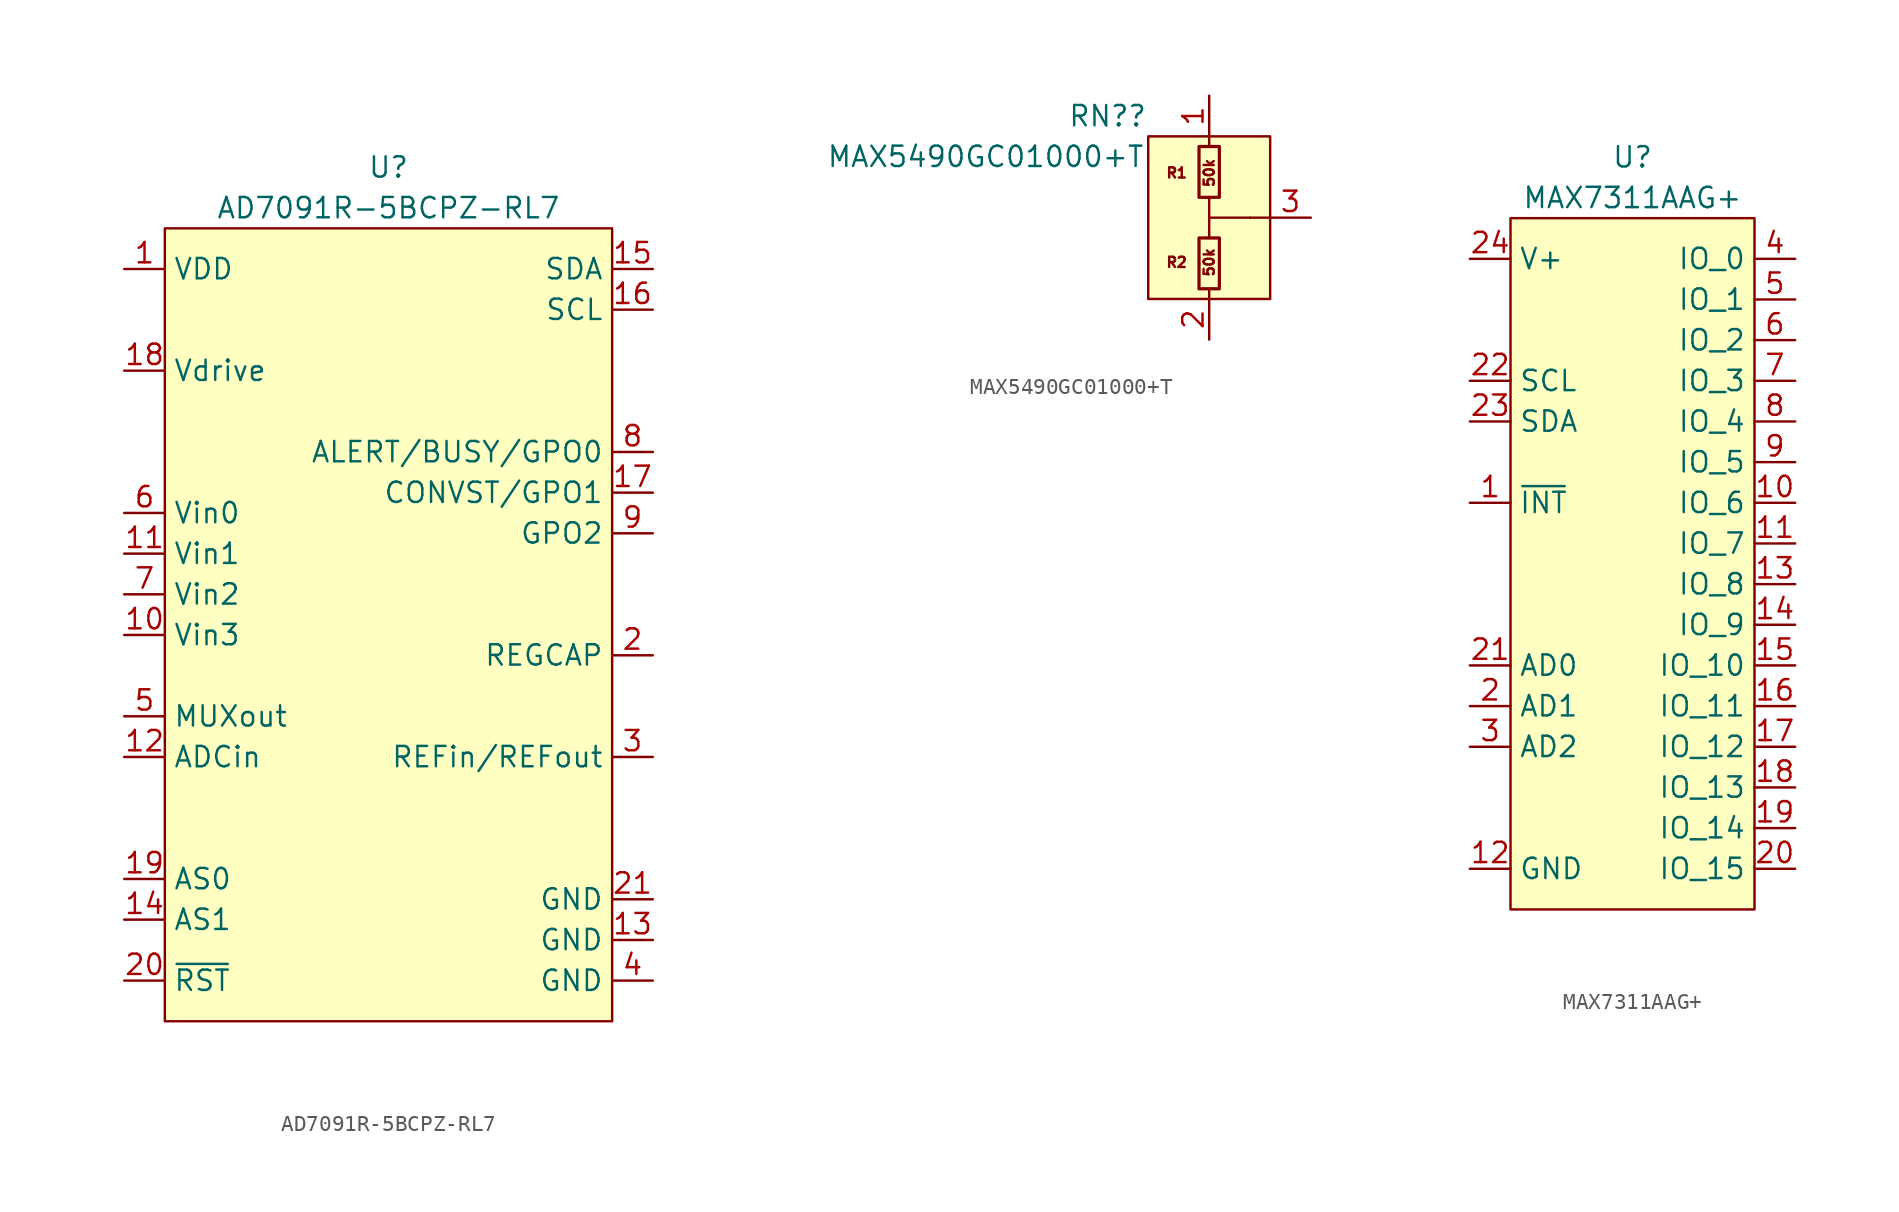
<source format=kicad_sym>
(kicad_symbol_lib
  (version 20211014)
  (generator kicad_symbol_editor)
  (symbol "AD7091R-5BCPZ-RL7"
    (property "Reference" "U"
      (at 0 3.81 0)
      (effects (font (size 1.27 1.27))))
    (property "Value" "AD7091R-5BCPZ-RL7"
      (at 0 1.27 0)
      (effects (font (size 1.27 1.27))))
    (symbol "AD7091R-5BCPZ-RL7_0_0"
      (pin unspecified line (at -16.51 -2.54 0) (length 2.54) (name "VDD" (effects (font (size 1.27 1.27)))) (number "1" (effects (font (size 1.27 1.27)))))
      (pin unspecified line (at -16.51 -25.4 0) (length 2.54) (name "Vin3" (effects (font (size 1.27 1.27)))) (number "10" (effects (font (size 1.27 1.27)))))
      (pin unspecified line (at -16.51 -20.32 0) (length 2.54) (name "Vin1" (effects (font (size 1.27 1.27)))) (number "11" (effects (font (size 1.27 1.27)))))
      (pin unspecified line (at -16.51 -33.02 0) (length 2.54) (name "ADCin" (effects (font (size 1.27 1.27)))) (number "12" (effects (font (size 1.27 1.27)))))
      (pin unspecified line (at 16.51 -44.45 180) (length 2.54) (name "GND" (effects (font (size 1.27 1.27)))) (number "13" (effects (font (size 1.27 1.27)))))
      (pin unspecified line (at -16.51 -43.18 0) (length 2.54) (name "AS1" (effects (font (size 1.27 1.27)))) (number "14" (effects (font (size 1.27 1.27)))))
      (pin unspecified line (at 16.51 -2.54 180) (length 2.54) (name "SDA" (effects (font (size 1.27 1.27)))) (number "15" (effects (font (size 1.27 1.27)))))
      (pin unspecified line (at 16.51 -5.08 180) (length 2.54) (name "SCL" (effects (font (size 1.27 1.27)))) (number "16" (effects (font (size 1.27 1.27)))))
      (pin unspecified line (at 16.51 -16.51 180) (length 2.54) (name "CONVST/GPO1" (effects (font (size 1.27 1.27)))) (number "17" (effects (font (size 1.27 1.27)))))
      (pin unspecified line (at -16.51 -8.89 0) (length 2.54) (name "Vdrive" (effects (font (size 1.27 1.27)))) (number "18" (effects (font (size 1.27 1.27)))))
      (pin unspecified line (at -16.51 -40.64 0) (length 2.54) (name "AS0" (effects (font (size 1.27 1.27)))) (number "19" (effects (font (size 1.27 1.27)))))
      (pin unspecified line (at 16.51 -26.67 180) (length 2.54) (name "REGCAP" (effects (font (size 1.27 1.27)))) (number "2" (effects (font (size 1.27 1.27)))))
      (pin unspecified line (at -16.51 -46.99 0) (length 2.54) (name "~{RST}" (effects (font (size 1.27 1.27)))) (number "20" (effects (font (size 1.27 1.27)))))
      (pin unspecified line (at 16.51 -41.91 180) (length 2.54) (name "GND" (effects (font (size 1.27 1.27)))) (number "21" (effects (font (size 1.27 1.27)))))
      (pin unspecified line (at 16.51 -33.02 180) (length 2.54) (name "REFin/REFout" (effects (font (size 1.27 1.27)))) (number "3" (effects (font (size 1.27 1.27)))))
      (pin unspecified line (at 16.51 -46.99 180) (length 2.54) (name "GND" (effects (font (size 1.27 1.27)))) (number "4" (effects (font (size 1.27 1.27)))))
      (pin unspecified line (at -16.51 -30.48 0) (length 2.54) (name "MUXout" (effects (font (size 1.27 1.27)))) (number "5" (effects (font (size 1.27 1.27)))))
      (pin unspecified line (at -16.51 -17.78 0) (length 2.54) (name "Vin0" (effects (font (size 1.27 1.27)))) (number "6" (effects (font (size 1.27 1.27)))))
      (pin unspecified line (at -16.51 -22.86 0) (length 2.54) (name "Vin2" (effects (font (size 1.27 1.27)))) (number "7" (effects (font (size 1.27 1.27)))))
      (pin unspecified line (at 16.51 -13.97 180) (length 2.54) (name "ALERT/BUSY/GPO0" (effects (font (size 1.27 1.27)))) (number "8" (effects (font (size 1.27 1.27)))))
      (pin unspecified line (at 16.51 -19.05 180) (length 2.54) (name "GPO2" (effects (font (size 1.27 1.27)))) (number "9" (effects (font (size 1.27 1.27))))))
    (symbol "AD7091R-5BCPZ-RL7_0_1"
      (rectangle (start -13.97 0) (end 13.97 -49.53) (stroke (width 0) (type default) (color 0 0 0 0)) (fill (type background)))))
  (symbol "MAX5490GC01000+T"
    (property "Reference" "RN?"
      (at -6.35 -1.27 0)
      (effects (font (size 1.27 1.27))))
    (property "Value" "MAX5490GC01000+T"
      (at -13.97 -3.81 0)
      (effects (font (size 1.27 1.27))))
    (symbol "MAX5490GC01000+T_0_0"
      (text "50k" (at 0 -10.414 900) (effects (font (size 0.635 0.635))))
      (text "50k" (at 0 -4.826 900) (effects (font (size 0.635 0.635))))
      (text "R1" (at -2.032 -4.826 0) (effects (font (size 0.635 0.635))))
      (text "R2" (at -2.032 -10.414 0) (effects (font (size 0.635 0.635)))))
    (symbol "MAX5490GC01000+T_0_1"
      (rectangle (start -3.81 -2.54) (end 3.81 -12.7) (stroke (width 0) (type default) (color 0 0 0 0)) (fill (type background)))
      (rectangle (start -0.635 -8.89) (end 0.635 -12.065) (stroke (width 0.203) (type default) (color 0 0 0 0)) (fill (type none)))
      (rectangle (start -0.635 -3.175) (end 0.635 -6.35) (stroke (width 0.203) (type default) (color 0 0 0 0)) (fill (type none)))
      (polyline (pts (xy 0 -12.065) (xy 0 -12.7)) (stroke (width 0) (type default) (color 0 0 0 0)) (fill (type none)))
      (polyline (pts (xy 0 -3.175) (xy 0 -2.54)) (stroke (width 0) (type default) (color 0 0 0 0)) (fill (type none)))
      (polyline (pts (xy 2.54 -7.62) (xy 3.81 -7.62)) (stroke (width 0) (type default) (color 0 0 0 0)) (fill (type none)))
      (polyline (pts (xy 0 -8.89) (xy 0 -6.35) (xy 0 -7.62) (xy 2.54 -7.62)) (stroke (width 0) (type default) (color 0 0 0 0)) (fill (type none))))
    (symbol "MAX5490GC01000+T_1_1"
      (pin input line (at 0 0 270) (length 2.54) (name "" (effects (font (size 1.27 1.27)))) (number "1" (effects (font (size 1.27 1.27)))))
      (pin input line (at 0 -15.24 90) (length 2.54) (name "" (effects (font (size 1.27 1.27)))) (number "2" (effects (font (size 1.27 1.27)))))
      (pin input line (at 6.35 -7.62 180) (length 2.54) (name "" (effects (font (size 1.27 1.27)))) (number "3" (effects (font (size 1.27 1.27)))))))
  (symbol "MAX7311AAG+"
    (property "Reference" "U"
      (at 0 3.81 0)
      (effects (font (size 1.27 1.27))))
    (property "Value" "MAX7311AAG+"
      (at 0 1.27 0)
      (effects (font (size 1.27 1.27))))
    (symbol "MAX7311AAG+_0_0"
      (pin unspecified line (at -10.16 -17.78 0) (length 2.54) (name "~{INT}" (effects (font (size 1.27 1.27)))) (number "1" (effects (font (size 1.27 1.27)))))
      (pin unspecified line (at 10.16 -17.78 180) (length 2.54) (name "IO_6" (effects (font (size 1.27 1.27)))) (number "10" (effects (font (size 1.27 1.27)))))
      (pin unspecified line (at 10.16 -20.32 180) (length 2.54) (name "IO_7" (effects (font (size 1.27 1.27)))) (number "11" (effects (font (size 1.27 1.27)))))
      (pin unspecified line (at -10.16 -40.64 0) (length 2.54) (name "GND" (effects (font (size 1.27 1.27)))) (number "12" (effects (font (size 1.27 1.27)))))
      (pin unspecified line (at 10.16 -22.86 180) (length 2.54) (name "IO_8" (effects (font (size 1.27 1.27)))) (number "13" (effects (font (size 1.27 1.27)))))
      (pin unspecified line (at 10.16 -25.4 180) (length 2.54) (name "IO_9" (effects (font (size 1.27 1.27)))) (number "14" (effects (font (size 1.27 1.27)))))
      (pin unspecified line (at 10.16 -27.94 180) (length 2.54) (name "IO_10" (effects (font (size 1.27 1.27)))) (number "15" (effects (font (size 1.27 1.27)))))
      (pin unspecified line (at 10.16 -30.48 180) (length 2.54) (name "IO_11" (effects (font (size 1.27 1.27)))) (number "16" (effects (font (size 1.27 1.27)))))
      (pin unspecified line (at 10.16 -33.02 180) (length 2.54) (name "IO_12" (effects (font (size 1.27 1.27)))) (number "17" (effects (font (size 1.27 1.27)))))
      (pin unspecified line (at 10.16 -35.56 180) (length 2.54) (name "IO_13" (effects (font (size 1.27 1.27)))) (number "18" (effects (font (size 1.27 1.27)))))
      (pin unspecified line (at 10.16 -38.1 180) (length 2.54) (name "IO_14" (effects (font (size 1.27 1.27)))) (number "19" (effects (font (size 1.27 1.27)))))
      (pin unspecified line (at -10.16 -30.48 0) (length 2.54) (name "AD1" (effects (font (size 1.27 1.27)))) (number "2" (effects (font (size 1.27 1.27)))))
      (pin unspecified line (at 10.16 -40.64 180) (length 2.54) (name "IO_15" (effects (font (size 1.27 1.27)))) (number "20" (effects (font (size 1.27 1.27)))))
      (pin unspecified line (at -10.16 -27.94 0) (length 2.54) (name "AD0" (effects (font (size 1.27 1.27)))) (number "21" (effects (font (size 1.27 1.27)))))
      (pin unspecified line (at -10.16 -10.16 0) (length 2.54) (name "SCL" (effects (font (size 1.27 1.27)))) (number "22" (effects (font (size 1.27 1.27)))))
      (pin unspecified line (at -10.16 -12.7 0) (length 2.54) (name "SDA" (effects (font (size 1.27 1.27)))) (number "23" (effects (font (size 1.27 1.27)))))
      (pin unspecified line (at -10.16 -2.54 0) (length 2.54) (name "V+" (effects (font (size 1.27 1.27)))) (number "24" (effects (font (size 1.27 1.27)))))
      (pin unspecified line (at -10.16 -33.02 0) (length 2.54) (name "AD2" (effects (font (size 1.27 1.27)))) (number "3" (effects (font (size 1.27 1.27)))))
      (pin unspecified line (at 10.16 -2.54 180) (length 2.54) (name "IO_0" (effects (font (size 1.27 1.27)))) (number "4" (effects (font (size 1.27 1.27)))))
      (pin unspecified line (at 10.16 -5.08 180) (length 2.54) (name "IO_1" (effects (font (size 1.27 1.27)))) (number "5" (effects (font (size 1.27 1.27)))))
      (pin unspecified line (at 10.16 -7.62 180) (length 2.54) (name "IO_2" (effects (font (size 1.27 1.27)))) (number "6" (effects (font (size 1.27 1.27)))))
      (pin unspecified line (at 10.16 -10.16 180) (length 2.54) (name "IO_3" (effects (font (size 1.27 1.27)))) (number "7" (effects (font (size 1.27 1.27)))))
      (pin unspecified line (at 10.16 -12.7 180) (length 2.54) (name "IO_4" (effects (font (size 1.27 1.27)))) (number "8" (effects (font (size 1.27 1.27)))))
      (pin unspecified line (at 10.16 -15.24 180) (length 2.54) (name "IO_5" (effects (font (size 1.27 1.27)))) (number "9" (effects (font (size 1.27 1.27))))))
    (symbol "MAX7311AAG+_0_1"
      (rectangle (start -7.62 0) (end 7.62 -43.18) (stroke (width 0) (type default) (color 0 0 0 0)) (fill (type background))))))
</source>
